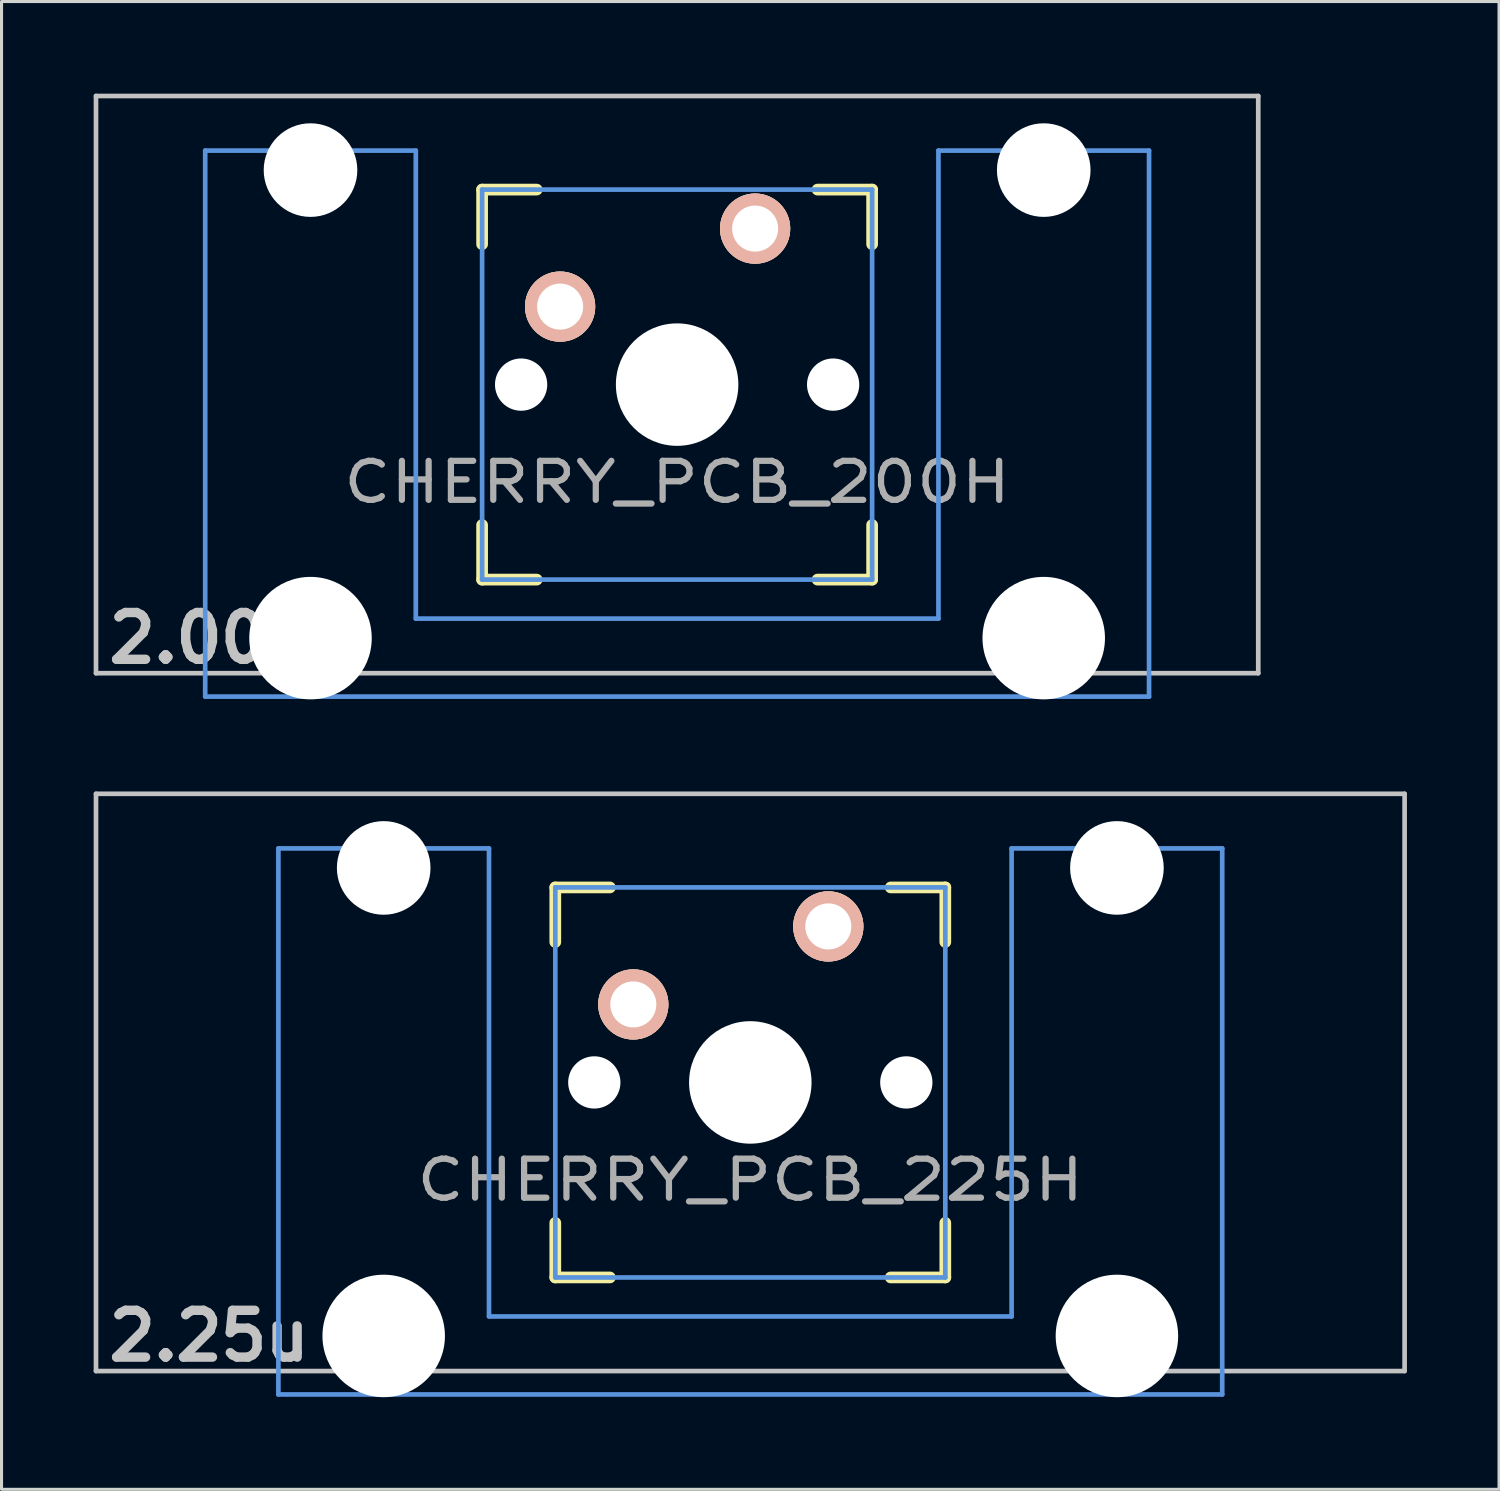
<source format=kicad_pcb>
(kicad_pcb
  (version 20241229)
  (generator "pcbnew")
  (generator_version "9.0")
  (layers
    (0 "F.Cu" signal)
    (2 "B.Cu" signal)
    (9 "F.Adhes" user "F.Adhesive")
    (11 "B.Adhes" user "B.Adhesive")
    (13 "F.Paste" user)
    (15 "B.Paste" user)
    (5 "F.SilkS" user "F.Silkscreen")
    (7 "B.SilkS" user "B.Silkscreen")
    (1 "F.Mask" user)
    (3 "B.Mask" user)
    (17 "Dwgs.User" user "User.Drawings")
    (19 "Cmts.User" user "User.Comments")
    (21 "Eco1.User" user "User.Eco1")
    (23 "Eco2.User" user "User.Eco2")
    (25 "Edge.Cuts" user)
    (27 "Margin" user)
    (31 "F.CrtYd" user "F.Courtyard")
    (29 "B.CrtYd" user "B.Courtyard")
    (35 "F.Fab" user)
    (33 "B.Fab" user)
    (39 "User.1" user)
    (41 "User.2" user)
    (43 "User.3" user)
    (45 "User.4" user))
  (footprint "CHERRY_PCB_225H"
    (layer "F.Cu")
    (at 21.382 32.197)
    (property "Reference" "CHERRY_PCB_225H" (at 0 3.175 0) (layer "F.Fab") (effects (font (size 1.27 1.524) (thickness 0.203))))
    (attr through_hole)
    (fp_line (start -6.35 -6.35) (end -4.572 -6.35) (stroke (width 0.381) (type solid)) (layer "F.SilkS"))
    (fp_line (start -6.35 -4.572) (end -6.35 -6.35) (stroke (width 0.381) (type solid)) (layer "F.SilkS"))
    (fp_line (start -6.35 6.35) (end -6.35 4.572) (stroke (width 0.381) (type solid)) (layer "F.SilkS"))
    (fp_line (start -4.572 6.35) (end -6.35 6.35) (stroke (width 0.381) (type solid)) (layer "F.SilkS"))
    (fp_line (start 4.572 -6.35) (end 6.35 -6.35) (stroke (width 0.381) (type solid)) (layer "F.SilkS"))
    (fp_line (start 6.35 -6.35) (end 6.35 -4.572) (stroke (width 0.381) (type solid)) (layer "F.SilkS"))
    (fp_line (start 6.35 4.572) (end 6.35 6.35) (stroke (width 0.381) (type solid)) (layer "F.SilkS"))
    (fp_line (start 6.35 6.35) (end 4.572 6.35) (stroke (width 0.381) (type solid)) (layer "F.SilkS"))
    (fp_line (start -21.306 -9.398) (end 21.306 -9.398) (stroke (width 0.152) (type solid)) (layer "Dwgs.User"))
    (fp_line (start -21.306 9.398) (end -21.306 -9.398) (stroke (width 0.152) (type solid)) (layer "Dwgs.User"))
    (fp_line (start 21.306 -9.398) (end 21.306 9.398) (stroke (width 0.152) (type solid)) (layer "Dwgs.User"))
    (fp_line (start 21.306 9.398) (end -21.306 9.398) (stroke (width 0.152) (type solid)) (layer "Dwgs.User"))
    (fp_line (start -15.367 -7.62) (end -15.367 10.16) (stroke (width 0.152) (type solid)) (layer "Cmts.User"))
    (fp_line (start -15.367 10.16) (end 15.367 10.16) (stroke (width 0.152) (type solid)) (layer "Cmts.User"))
    (fp_line (start -8.509 -7.62) (end -15.367 -7.62) (stroke (width 0.152) (type solid)) (layer "Cmts.User"))
    (fp_line (start -8.509 7.62) (end -8.509 -7.62) (stroke (width 0.152) (type solid)) (layer "Cmts.User"))
    (fp_line (start -6.35 -6.35) (end 6.35 -6.35) (stroke (width 0.152) (type solid)) (layer "Cmts.User"))
    (fp_line (start -6.35 6.35) (end -6.35 -6.35) (stroke (width 0.152) (type solid)) (layer "Cmts.User"))
    (fp_line (start 6.35 -6.35) (end 6.35 6.35) (stroke (width 0.152) (type solid)) (layer "Cmts.User"))
    (fp_line (start 6.35 6.35) (end -6.35 6.35) (stroke (width 0.152) (type solid)) (layer "Cmts.User"))
    (fp_line (start 8.509 -7.62) (end 8.509 7.62) (stroke (width 0.152) (type solid)) (layer "Cmts.User"))
    (fp_line (start 8.509 7.62) (end -8.509 7.62) (stroke (width 0.152) (type solid)) (layer "Cmts.User"))
    (fp_line (start 15.367 -7.62) (end 8.509 -7.62) (stroke (width 0.152) (type solid)) (layer "Cmts.User"))
    (fp_line (start 15.367 10.16) (end 15.367 -7.62) (stroke (width 0.152) (type solid)) (layer "Cmts.User"))
    (fp_line (start -16.129 -2.286) (end -15.265 -2.286) (stroke (width 0.152) (type solid)) (layer "Eco2.User"))
    (fp_line (start -16.129 0.508) (end -16.129 -2.286) (stroke (width 0.152) (type solid)) (layer "Eco2.User"))
    (fp_line (start -15.265 -5.69) (end -8.611 -5.69) (stroke (width 0.152) (type solid)) (layer "Eco2.User"))
    (fp_line (start -15.265 -2.286) (end -15.265 -5.69) (stroke (width 0.152) (type solid)) (layer "Eco2.User"))
    (fp_line (start -15.265 0.508) (end -16.129 0.508) (stroke (width 0.152) (type solid)) (layer "Eco2.User"))
    (fp_line (start -15.265 6.604) (end -15.265 0.508) (stroke (width 0.152) (type solid)) (layer "Eco2.User"))
    (fp_line (start -14.224 6.604) (end -15.265 6.604) (stroke (width 0.152) (type solid)) (layer "Eco2.User"))
    (fp_line (start -14.224 7.772) (end -14.224 6.604) (stroke (width 0.152) (type solid)) (layer "Eco2.User"))
    (fp_line (start -9.652 6.604) (end -9.652 7.772) (stroke (width 0.152) (type solid)) (layer "Eco2.User"))
    (fp_line (start -9.652 7.772) (end -14.224 7.772) (stroke (width 0.152) (type solid)) (layer "Eco2.User"))
    (fp_line (start -8.611 -5.69) (end -8.611 -4.877) (stroke (width 0.152) (type solid)) (layer "Eco2.User"))
    (fp_line (start -8.611 -4.877) (end -6.985 -4.877) (stroke (width 0.152) (type solid)) (layer "Eco2.User"))
    (fp_line (start -8.611 5.817) (end -8.611 6.604) (stroke (width 0.152) (type solid)) (layer "Eco2.User"))
    (fp_line (start -8.611 6.604) (end -9.652 6.604) (stroke (width 0.152) (type solid)) (layer "Eco2.User"))
    (fp_line (start -6.985 -6.985) (end 6.985 -6.985) (stroke (width 0.152) (type solid)) (layer "Eco2.User"))
    (fp_line (start -6.985 -4.877) (end -6.985 -6.985) (stroke (width 0.152) (type solid)) (layer "Eco2.User"))
    (fp_line (start -6.985 5.817) (end -8.611 5.817) (stroke (width 0.152) (type solid)) (layer "Eco2.User"))
    (fp_line (start -6.985 6.985) (end -6.985 5.817) (stroke (width 0.152) (type solid)) (layer "Eco2.User"))
    (fp_line (start 6.985 -6.985) (end 6.985 -4.877) (stroke (width 0.152) (type solid)) (layer "Eco2.User"))
    (fp_line (start 6.985 -4.877) (end 8.611 -4.877) (stroke (width 0.152) (type solid)) (layer "Eco2.User"))
    (fp_line (start 6.985 5.817) (end 6.985 6.985) (stroke (width 0.152) (type solid)) (layer "Eco2.User"))
    (fp_line (start 6.985 6.985) (end -6.985 6.985) (stroke (width 0.152) (type solid)) (layer "Eco2.User"))
    (fp_line (start 8.611 -5.69) (end 15.265 -5.69) (stroke (width 0.152) (type solid)) (layer "Eco2.User"))
    (fp_line (start 8.611 -4.877) (end 8.611 -5.69) (stroke (width 0.152) (type solid)) (layer "Eco2.User"))
    (fp_line (start 8.611 5.817) (end 6.985 5.817) (stroke (width 0.152) (type solid)) (layer "Eco2.User"))
    (fp_line (start 8.611 6.604) (end 8.611 5.817) (stroke (width 0.152) (type solid)) (layer "Eco2.User"))
    (fp_line (start 9.652 6.604) (end 8.611 6.604) (stroke (width 0.152) (type solid)) (layer "Eco2.User"))
    (fp_line (start 9.652 7.772) (end 9.652 6.604) (stroke (width 0.152) (type solid)) (layer "Eco2.User"))
    (fp_line (start 14.224 6.604) (end 14.224 7.772) (stroke (width 0.152) (type solid)) (layer "Eco2.User"))
    (fp_line (start 14.224 7.772) (end 9.652 7.772) (stroke (width 0.152) (type solid)) (layer "Eco2.User"))
    (fp_line (start 15.265 -5.69) (end 15.265 -2.286) (stroke (width 0.152) (type solid)) (layer "Eco2.User"))
    (fp_line (start 15.265 -2.286) (end 16.129 -2.286) (stroke (width 0.152) (type solid)) (layer "Eco2.User"))
    (fp_line (start 15.265 0.508) (end 15.265 6.604) (stroke (width 0.152) (type solid)) (layer "Eco2.User"))
    (fp_line (start 15.265 6.604) (end 14.224 6.604) (stroke (width 0.152) (type solid)) (layer "Eco2.User"))
    (fp_line (start 16.129 -2.286) (end 16.129 0.508) (stroke (width 0.152) (type solid)) (layer "Eco2.User"))
    (fp_line (start 16.129 0.508) (end 15.265 0.508) (stroke (width 0.152) (type solid)) (layer "Eco2.User"))
    (fp_text user "2.25u" (at -17.623 8.255 0) (layer "Dwgs.User") (effects (font (size 1.524 1.524) (thickness 0.305))))
    (pad "" np_thru_hole circle (at -11.938 -6.985) (size 3.048 3.048) (drill 3.048) (layers "*.Cu"))
    (pad "" np_thru_hole circle (at -11.938 8.255) (size 3.988 3.988) (drill 3.988) (layers "*.Cu"))
    (pad "" np_thru_hole circle (at -5.08 0) (size 1.702 1.702) (drill 1.702) (layers "*.Cu"))
    (pad "" np_thru_hole circle (at 0 0) (size 3.988 3.988) (drill 3.988) (layers "*.Cu"))
    (pad "" np_thru_hole circle (at 5.08 0) (size 1.702 1.702) (drill 1.702) (layers "*.Cu"))
    (pad "" np_thru_hole circle (at 11.938 -6.985) (size 3.048 3.048) (drill 3.048) (layers "*.Cu"))
    (pad "" np_thru_hole circle (at 11.938 8.255) (size 3.988 3.988) (drill 3.988) (layers "*.Cu"))
    (pad "1" thru_hole circle (at 2.54 -5.08) (size 2.286 2.286) (drill 1.499) (layers "*.Cu" "*.SilkS" "*.Mask"))
    (pad "2" thru_hole circle (at -3.81 -2.54) (size 2.286 2.286) (drill 1.499) (layers "*.Cu" "*.SilkS" "*.Mask")))
  (footprint "CHERRY_PCB_200H"
    (layer "F.Cu")
    (at 18.999 9.474)
    (property "Reference" "CHERRY_PCB_200H" (at 0 3.175 0) (layer "F.Fab") (effects (font (size 1.27 1.524) (thickness 0.203))))
    (attr through_hole)
    (fp_line (start -6.35 -6.35) (end -4.572 -6.35) (stroke (width 0.381) (type solid)) (layer "F.SilkS"))
    (fp_line (start -6.35 -4.572) (end -6.35 -6.35) (stroke (width 0.381) (type solid)) (layer "F.SilkS"))
    (fp_line (start -6.35 6.35) (end -6.35 4.572) (stroke (width 0.381) (type solid)) (layer "F.SilkS"))
    (fp_line (start -4.572 6.35) (end -6.35 6.35) (stroke (width 0.381) (type solid)) (layer "F.SilkS"))
    (fp_line (start 4.572 -6.35) (end 6.35 -6.35) (stroke (width 0.381) (type solid)) (layer "F.SilkS"))
    (fp_line (start 6.35 -6.35) (end 6.35 -4.572) (stroke (width 0.381) (type solid)) (layer "F.SilkS"))
    (fp_line (start 6.35 4.572) (end 6.35 6.35) (stroke (width 0.381) (type solid)) (layer "F.SilkS"))
    (fp_line (start 6.35 6.35) (end 4.572 6.35) (stroke (width 0.381) (type solid)) (layer "F.SilkS"))
    (fp_line (start -18.923 -9.398) (end 18.923 -9.398) (stroke (width 0.152) (type solid)) (layer "Dwgs.User"))
    (fp_line (start -18.923 9.398) (end -18.923 -9.398) (stroke (width 0.152) (type solid)) (layer "Dwgs.User"))
    (fp_line (start 18.923 -9.398) (end 18.923 9.398) (stroke (width 0.152) (type solid)) (layer "Dwgs.User"))
    (fp_line (start 18.923 9.398) (end -18.923 9.398) (stroke (width 0.152) (type solid)) (layer "Dwgs.User"))
    (fp_line (start -15.367 -7.62) (end -15.367 10.16) (stroke (width 0.152) (type solid)) (layer "Cmts.User"))
    (fp_line (start -15.367 10.16) (end 15.367 10.16) (stroke (width 0.152) (type solid)) (layer "Cmts.User"))
    (fp_line (start -8.509 -7.62) (end -15.367 -7.62) (stroke (width 0.152) (type solid)) (layer "Cmts.User"))
    (fp_line (start -8.509 7.62) (end -8.509 -7.62) (stroke (width 0.152) (type solid)) (layer "Cmts.User"))
    (fp_line (start -6.35 -6.35) (end 6.35 -6.35) (stroke (width 0.152) (type solid)) (layer "Cmts.User"))
    (fp_line (start -6.35 6.35) (end -6.35 -6.35) (stroke (width 0.152) (type solid)) (layer "Cmts.User"))
    (fp_line (start 6.35 -6.35) (end 6.35 6.35) (stroke (width 0.152) (type solid)) (layer "Cmts.User"))
    (fp_line (start 6.35 6.35) (end -6.35 6.35) (stroke (width 0.152) (type solid)) (layer "Cmts.User"))
    (fp_line (start 8.509 -7.62) (end 8.509 7.62) (stroke (width 0.152) (type solid)) (layer "Cmts.User"))
    (fp_line (start 8.509 7.62) (end -8.509 7.62) (stroke (width 0.152) (type solid)) (layer "Cmts.User"))
    (fp_line (start 15.367 -7.62) (end 8.509 -7.62) (stroke (width 0.152) (type solid)) (layer "Cmts.User"))
    (fp_line (start 15.367 10.16) (end 15.367 -7.62) (stroke (width 0.152) (type solid)) (layer "Cmts.User"))
    (fp_line (start -16.129 -2.286) (end -15.265 -2.286) (stroke (width 0.152) (type solid)) (layer "Eco2.User"))
    (fp_line (start -16.129 0.508) (end -16.129 -2.286) (stroke (width 0.152) (type solid)) (layer "Eco2.User"))
    (fp_line (start -15.265 -5.69) (end -8.611 -5.69) (stroke (width 0.152) (type solid)) (layer "Eco2.User"))
    (fp_line (start -15.265 -2.286) (end -15.265 -5.69) (stroke (width 0.152) (type solid)) (layer "Eco2.User"))
    (fp_line (start -15.265 0.508) (end -16.129 0.508) (stroke (width 0.152) (type solid)) (layer "Eco2.User"))
    (fp_line (start -15.265 6.604) (end -15.265 0.508) (stroke (width 0.152) (type solid)) (layer "Eco2.User"))
    (fp_line (start -14.224 6.604) (end -15.265 6.604) (stroke (width 0.152) (type solid)) (layer "Eco2.User"))
    (fp_line (start -14.224 7.772) (end -14.224 6.604) (stroke (width 0.152) (type solid)) (layer "Eco2.User"))
    (fp_line (start -9.652 6.604) (end -9.652 7.772) (stroke (width 0.152) (type solid)) (layer "Eco2.User"))
    (fp_line (start -9.652 7.772) (end -14.224 7.772) (stroke (width 0.152) (type solid)) (layer "Eco2.User"))
    (fp_line (start -8.611 -5.69) (end -8.611 -4.877) (stroke (width 0.152) (type solid)) (layer "Eco2.User"))
    (fp_line (start -8.611 -4.877) (end -6.985 -4.877) (stroke (width 0.152) (type solid)) (layer "Eco2.User"))
    (fp_line (start -8.611 5.817) (end -8.611 6.604) (stroke (width 0.152) (type solid)) (layer "Eco2.User"))
    (fp_line (start -8.611 6.604) (end -9.652 6.604) (stroke (width 0.152) (type solid)) (layer "Eco2.User"))
    (fp_line (start -6.985 -6.985) (end 6.985 -6.985) (stroke (width 0.152) (type solid)) (layer "Eco2.User"))
    (fp_line (start -6.985 -4.877) (end -6.985 -6.985) (stroke (width 0.152) (type solid)) (layer "Eco2.User"))
    (fp_line (start -6.985 5.817) (end -8.611 5.817) (stroke (width 0.152) (type solid)) (layer "Eco2.User"))
    (fp_line (start -6.985 6.985) (end -6.985 5.817) (stroke (width 0.152) (type solid)) (layer "Eco2.User"))
    (fp_line (start 6.985 -6.985) (end 6.985 -4.877) (stroke (width 0.152) (type solid)) (layer "Eco2.User"))
    (fp_line (start 6.985 -4.877) (end 8.611 -4.877) (stroke (width 0.152) (type solid)) (layer "Eco2.User"))
    (fp_line (start 6.985 5.817) (end 6.985 6.985) (stroke (width 0.152) (type solid)) (layer "Eco2.User"))
    (fp_line (start 6.985 6.985) (end -6.985 6.985) (stroke (width 0.152) (type solid)) (layer "Eco2.User"))
    (fp_line (start 8.611 -5.69) (end 15.265 -5.69) (stroke (width 0.152) (type solid)) (layer "Eco2.User"))
    (fp_line (start 8.611 -4.877) (end 8.611 -5.69) (stroke (width 0.152) (type solid)) (layer "Eco2.User"))
    (fp_line (start 8.611 5.817) (end 6.985 5.817) (stroke (width 0.152) (type solid)) (layer "Eco2.User"))
    (fp_line (start 8.611 6.604) (end 8.611 5.817) (stroke (width 0.152) (type solid)) (layer "Eco2.User"))
    (fp_line (start 9.652 6.604) (end 8.611 6.604) (stroke (width 0.152) (type solid)) (layer "Eco2.User"))
    (fp_line (start 9.652 7.772) (end 9.652 6.604) (stroke (width 0.152) (type solid)) (layer "Eco2.User"))
    (fp_line (start 14.224 6.604) (end 14.224 7.772) (stroke (width 0.152) (type solid)) (layer "Eco2.User"))
    (fp_line (start 14.224 7.772) (end 9.652 7.772) (stroke (width 0.152) (type solid)) (layer "Eco2.User"))
    (fp_line (start 15.265 -5.69) (end 15.265 -2.286) (stroke (width 0.152) (type solid)) (layer "Eco2.User"))
    (fp_line (start 15.265 -2.286) (end 16.129 -2.286) (stroke (width 0.152) (type solid)) (layer "Eco2.User"))
    (fp_line (start 15.265 0.508) (end 15.265 6.604) (stroke (width 0.152) (type solid)) (layer "Eco2.User"))
    (fp_line (start 15.265 6.604) (end 14.224 6.604) (stroke (width 0.152) (type solid)) (layer "Eco2.User"))
    (fp_line (start 16.129 -2.286) (end 16.129 0.508) (stroke (width 0.152) (type solid)) (layer "Eco2.User"))
    (fp_line (start 16.129 0.508) (end 15.265 0.508) (stroke (width 0.152) (type solid)) (layer "Eco2.User"))
    (fp_text user "2.00u" (at -15.24 8.255 0) (layer "Dwgs.User") (effects (font (size 1.524 1.524) (thickness 0.305))))
    (pad "" np_thru_hole circle (at -11.938 -6.985) (size 3.048 3.048) (drill 3.048) (layers "*.Cu"))
    (pad "" np_thru_hole circle (at -11.938 8.255) (size 3.988 3.988) (drill 3.988) (layers "*.Cu"))
    (pad "" np_thru_hole circle (at -5.08 0) (size 1.702 1.702) (drill 1.702) (layers "*.Cu"))
    (pad "" np_thru_hole circle (at 0 0) (size 3.988 3.988) (drill 3.988) (layers "*.Cu"))
    (pad "" np_thru_hole circle (at 5.08 0) (size 1.702 1.702) (drill 1.702) (layers "*.Cu"))
    (pad "" np_thru_hole circle (at 11.938 -6.985) (size 3.048 3.048) (drill 3.048) (layers "*.Cu"))
    (pad "" np_thru_hole circle (at 11.938 8.255) (size 3.988 3.988) (drill 3.988) (layers "*.Cu"))
    (pad "1" thru_hole circle (at 2.54 -5.08) (size 2.286 2.286) (drill 1.499) (layers "*.Cu" "*.SilkS" "*.Mask"))
    (pad "2" thru_hole circle (at -3.81 -2.54) (size 2.286 2.286) (drill 1.499) (layers "*.Cu" "*.SilkS" "*.Mask")))
  (gr_rect
    (start -3 -3)
    (end 45.763 45.446)
    (stroke (width 0.1) (type default))
    (fill no)
    (layer "Edge.Cuts")))
</source>
